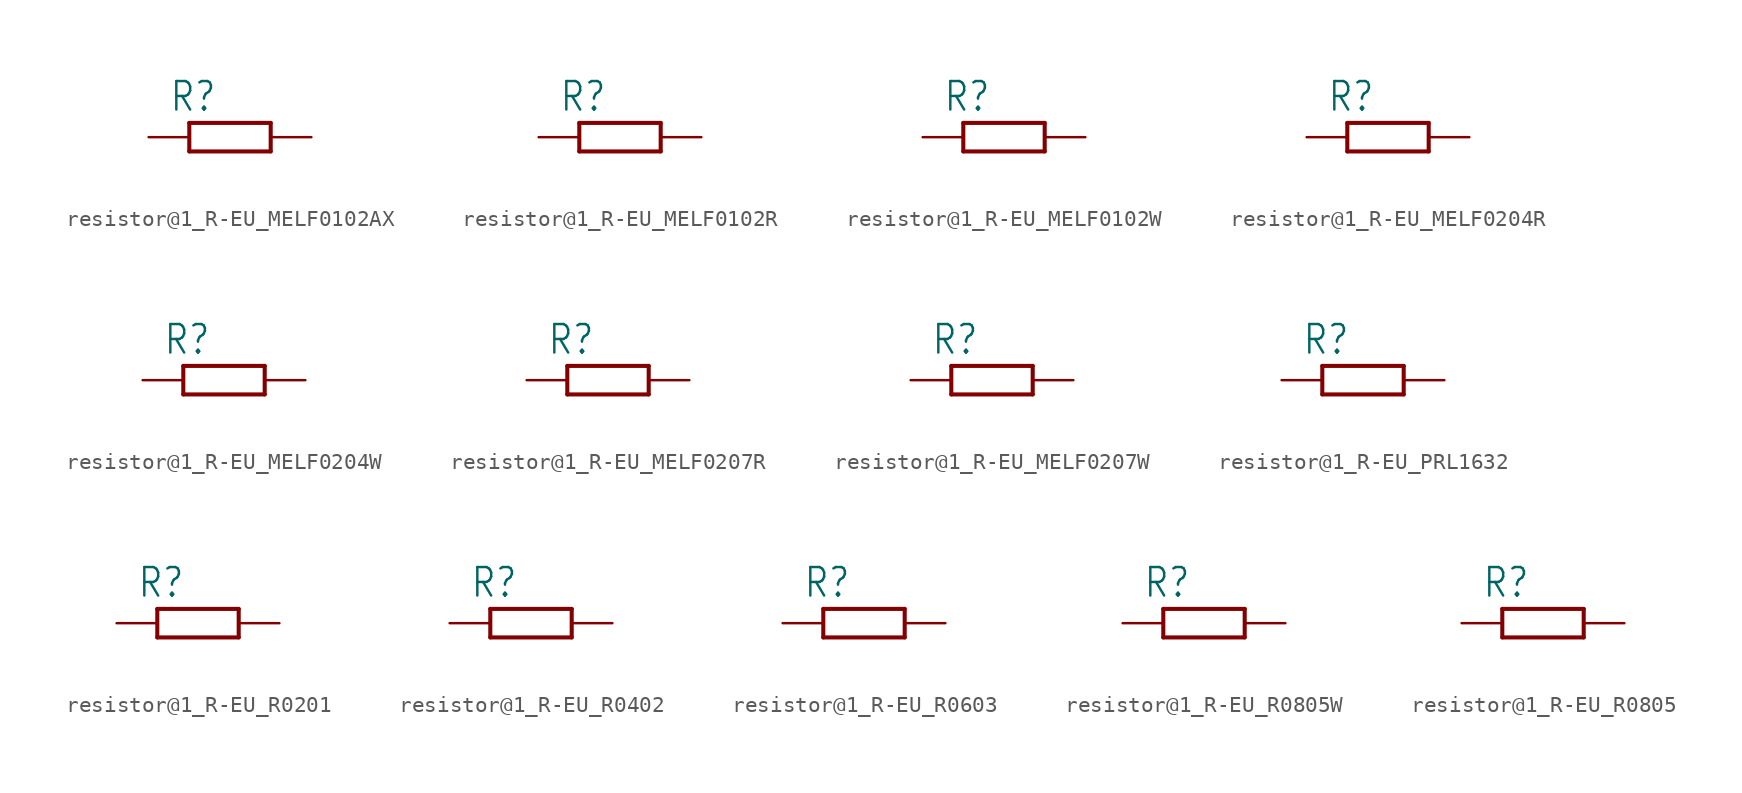
<source format=kicad_sym>
(kicad_symbol_lib
  (version 20231120)
  (generator "kicad_symbol_editor")
  (generator_version "8.0")
  (symbol "resistor@1_R-EU_MELF0102AX"
    (property "Reference" "R"
      (at -3.81 1.499 0)
      (effects (font (size 1.778 1.511)) (justify left bottom)))
    (property "Value" ""
      (at -3.81 -3.302 0)
      (effects (font (size 1.778 1.511)) (justify left bottom)))
    (property "ki_locked" ""
      (at 0 0 0)
      (effects (font (size 1.27 1.27))))
    (symbol "resistor@1_R-EU_MELF0102AX_1_0"
      (polyline (pts (xy -2.54 -0.889) (xy -2.54 0.889)) (stroke (width 0.254) (type solid)) (fill (type none)))
      (polyline (pts (xy -2.54 -0.889) (xy 2.54 -0.889)) (stroke (width 0.254) (type solid)) (fill (type none)))
      (polyline (pts (xy 2.54 -0.889) (xy 2.54 0.889)) (stroke (width 0.254) (type solid)) (fill (type none)))
      (polyline (pts (xy 2.54 0.889) (xy -2.54 0.889)) (stroke (width 0.254) (type solid)) (fill (type none)))
      (pin passive line (at -5.08 0 0) (length 2.54) (name "1" (effects (font (size 0 0)))) (number "1" (effects (font (size 0 0)))))
      (pin passive line (at 5.08 0 180) (length 2.54) (name "2" (effects (font (size 0 0)))) (number "2" (effects (font (size 0 0)))))))
  (symbol "resistor@1_R-EU_MELF0102R"
    (property "Reference" "R"
      (at -3.81 1.499 0)
      (effects (font (size 1.778 1.511)) (justify left bottom)))
    (property "Value" ""
      (at -3.81 -3.302 0)
      (effects (font (size 1.778 1.511)) (justify left bottom)))
    (property "ki_locked" ""
      (at 0 0 0)
      (effects (font (size 1.27 1.27))))
    (symbol "resistor@1_R-EU_MELF0102R_1_0"
      (polyline (pts (xy -2.54 -0.889) (xy -2.54 0.889)) (stroke (width 0.254) (type solid)) (fill (type none)))
      (polyline (pts (xy -2.54 -0.889) (xy 2.54 -0.889)) (stroke (width 0.254) (type solid)) (fill (type none)))
      (polyline (pts (xy 2.54 -0.889) (xy 2.54 0.889)) (stroke (width 0.254) (type solid)) (fill (type none)))
      (polyline (pts (xy 2.54 0.889) (xy -2.54 0.889)) (stroke (width 0.254) (type solid)) (fill (type none)))
      (pin passive line (at -5.08 0 0) (length 2.54) (name "1" (effects (font (size 0 0)))) (number "1" (effects (font (size 0 0)))))
      (pin passive line (at 5.08 0 180) (length 2.54) (name "2" (effects (font (size 0 0)))) (number "2" (effects (font (size 0 0)))))))
  (symbol "resistor@1_R-EU_MELF0102W"
    (property "Reference" "R"
      (at -3.81 1.499 0)
      (effects (font (size 1.778 1.511)) (justify left bottom)))
    (property "Value" ""
      (at -3.81 -3.302 0)
      (effects (font (size 1.778 1.511)) (justify left bottom)))
    (property "ki_locked" ""
      (at 0 0 0)
      (effects (font (size 1.27 1.27))))
    (symbol "resistor@1_R-EU_MELF0102W_1_0"
      (polyline (pts (xy -2.54 -0.889) (xy -2.54 0.889)) (stroke (width 0.254) (type solid)) (fill (type none)))
      (polyline (pts (xy -2.54 -0.889) (xy 2.54 -0.889)) (stroke (width 0.254) (type solid)) (fill (type none)))
      (polyline (pts (xy 2.54 -0.889) (xy 2.54 0.889)) (stroke (width 0.254) (type solid)) (fill (type none)))
      (polyline (pts (xy 2.54 0.889) (xy -2.54 0.889)) (stroke (width 0.254) (type solid)) (fill (type none)))
      (pin passive line (at -5.08 0 0) (length 2.54) (name "1" (effects (font (size 0 0)))) (number "1" (effects (font (size 0 0)))))
      (pin passive line (at 5.08 0 180) (length 2.54) (name "2" (effects (font (size 0 0)))) (number "2" (effects (font (size 0 0)))))))
  (symbol "resistor@1_R-EU_MELF0204R"
    (property "Reference" "R"
      (at -3.81 1.499 0)
      (effects (font (size 1.778 1.511)) (justify left bottom)))
    (property "Value" ""
      (at -3.81 -3.302 0)
      (effects (font (size 1.778 1.511)) (justify left bottom)))
    (property "ki_locked" ""
      (at 0 0 0)
      (effects (font (size 1.27 1.27))))
    (symbol "resistor@1_R-EU_MELF0204R_1_0"
      (polyline (pts (xy -2.54 -0.889) (xy -2.54 0.889)) (stroke (width 0.254) (type solid)) (fill (type none)))
      (polyline (pts (xy -2.54 -0.889) (xy 2.54 -0.889)) (stroke (width 0.254) (type solid)) (fill (type none)))
      (polyline (pts (xy 2.54 -0.889) (xy 2.54 0.889)) (stroke (width 0.254) (type solid)) (fill (type none)))
      (polyline (pts (xy 2.54 0.889) (xy -2.54 0.889)) (stroke (width 0.254) (type solid)) (fill (type none)))
      (pin passive line (at -5.08 0 0) (length 2.54) (name "1" (effects (font (size 0 0)))) (number "1" (effects (font (size 0 0)))))
      (pin passive line (at 5.08 0 180) (length 2.54) (name "2" (effects (font (size 0 0)))) (number "2" (effects (font (size 0 0)))))))
  (symbol "resistor@1_R-EU_MELF0204W"
    (property "Reference" "R"
      (at -3.81 1.499 0)
      (effects (font (size 1.778 1.511)) (justify left bottom)))
    (property "Value" ""
      (at -3.81 -3.302 0)
      (effects (font (size 1.778 1.511)) (justify left bottom)))
    (property "ki_locked" ""
      (at 0 0 0)
      (effects (font (size 1.27 1.27))))
    (symbol "resistor@1_R-EU_MELF0204W_1_0"
      (polyline (pts (xy -2.54 -0.889) (xy -2.54 0.889)) (stroke (width 0.254) (type solid)) (fill (type none)))
      (polyline (pts (xy -2.54 -0.889) (xy 2.54 -0.889)) (stroke (width 0.254) (type solid)) (fill (type none)))
      (polyline (pts (xy 2.54 -0.889) (xy 2.54 0.889)) (stroke (width 0.254) (type solid)) (fill (type none)))
      (polyline (pts (xy 2.54 0.889) (xy -2.54 0.889)) (stroke (width 0.254) (type solid)) (fill (type none)))
      (pin passive line (at -5.08 0 0) (length 2.54) (name "1" (effects (font (size 0 0)))) (number "1" (effects (font (size 0 0)))))
      (pin passive line (at 5.08 0 180) (length 2.54) (name "2" (effects (font (size 0 0)))) (number "2" (effects (font (size 0 0)))))))
  (symbol "resistor@1_R-EU_MELF0207R"
    (property "Reference" "R"
      (at -3.81 1.499 0)
      (effects (font (size 1.778 1.511)) (justify left bottom)))
    (property "Value" ""
      (at -3.81 -3.302 0)
      (effects (font (size 1.778 1.511)) (justify left bottom)))
    (property "ki_locked" ""
      (at 0 0 0)
      (effects (font (size 1.27 1.27))))
    (symbol "resistor@1_R-EU_MELF0207R_1_0"
      (polyline (pts (xy -2.54 -0.889) (xy -2.54 0.889)) (stroke (width 0.254) (type solid)) (fill (type none)))
      (polyline (pts (xy -2.54 -0.889) (xy 2.54 -0.889)) (stroke (width 0.254) (type solid)) (fill (type none)))
      (polyline (pts (xy 2.54 -0.889) (xy 2.54 0.889)) (stroke (width 0.254) (type solid)) (fill (type none)))
      (polyline (pts (xy 2.54 0.889) (xy -2.54 0.889)) (stroke (width 0.254) (type solid)) (fill (type none)))
      (pin passive line (at -5.08 0 0) (length 2.54) (name "1" (effects (font (size 0 0)))) (number "1" (effects (font (size 0 0)))))
      (pin passive line (at 5.08 0 180) (length 2.54) (name "2" (effects (font (size 0 0)))) (number "2" (effects (font (size 0 0)))))))
  (symbol "resistor@1_R-EU_MELF0207W"
    (property "Reference" "R"
      (at -3.81 1.499 0)
      (effects (font (size 1.778 1.511)) (justify left bottom)))
    (property "Value" ""
      (at -3.81 -3.302 0)
      (effects (font (size 1.778 1.511)) (justify left bottom)))
    (property "ki_locked" ""
      (at 0 0 0)
      (effects (font (size 1.27 1.27))))
    (symbol "resistor@1_R-EU_MELF0207W_1_0"
      (polyline (pts (xy -2.54 -0.889) (xy -2.54 0.889)) (stroke (width 0.254) (type solid)) (fill (type none)))
      (polyline (pts (xy -2.54 -0.889) (xy 2.54 -0.889)) (stroke (width 0.254) (type solid)) (fill (type none)))
      (polyline (pts (xy 2.54 -0.889) (xy 2.54 0.889)) (stroke (width 0.254) (type solid)) (fill (type none)))
      (polyline (pts (xy 2.54 0.889) (xy -2.54 0.889)) (stroke (width 0.254) (type solid)) (fill (type none)))
      (pin passive line (at -5.08 0 0) (length 2.54) (name "1" (effects (font (size 0 0)))) (number "1" (effects (font (size 0 0)))))
      (pin passive line (at 5.08 0 180) (length 2.54) (name "2" (effects (font (size 0 0)))) (number "2" (effects (font (size 0 0)))))))
  (symbol "resistor@1_R-EU_PRL1632"
    (property "Reference" "R"
      (at -3.81 1.499 0)
      (effects (font (size 1.778 1.511)) (justify left bottom)))
    (property "Value" ""
      (at -3.81 -3.302 0)
      (effects (font (size 1.778 1.511)) (justify left bottom)))
    (property "ki_locked" ""
      (at 0 0 0)
      (effects (font (size 1.27 1.27))))
    (symbol "resistor@1_R-EU_PRL1632_1_0"
      (polyline (pts (xy -2.54 -0.889) (xy -2.54 0.889)) (stroke (width 0.254) (type solid)) (fill (type none)))
      (polyline (pts (xy -2.54 -0.889) (xy 2.54 -0.889)) (stroke (width 0.254) (type solid)) (fill (type none)))
      (polyline (pts (xy 2.54 -0.889) (xy 2.54 0.889)) (stroke (width 0.254) (type solid)) (fill (type none)))
      (polyline (pts (xy 2.54 0.889) (xy -2.54 0.889)) (stroke (width 0.254) (type solid)) (fill (type none)))
      (pin passive line (at -5.08 0 0) (length 2.54) (name "1" (effects (font (size 0 0)))) (number "1" (effects (font (size 0 0)))))
      (pin passive line (at 5.08 0 180) (length 2.54) (name "2" (effects (font (size 0 0)))) (number "2" (effects (font (size 0 0)))))))
  (symbol "resistor@1_R-EU_R0201"
    (property "Reference" "R"
      (at -3.81 1.499 0)
      (effects (font (size 1.778 1.511)) (justify left bottom)))
    (property "Value" ""
      (at -3.81 -3.302 0)
      (effects (font (size 1.778 1.511)) (justify left bottom)))
    (property "ki_locked" ""
      (at 0 0 0)
      (effects (font (size 1.27 1.27))))
    (symbol "resistor@1_R-EU_R0201_1_0"
      (polyline (pts (xy -2.54 -0.889) (xy -2.54 0.889)) (stroke (width 0.254) (type solid)) (fill (type none)))
      (polyline (pts (xy -2.54 -0.889) (xy 2.54 -0.889)) (stroke (width 0.254) (type solid)) (fill (type none)))
      (polyline (pts (xy 2.54 -0.889) (xy 2.54 0.889)) (stroke (width 0.254) (type solid)) (fill (type none)))
      (polyline (pts (xy 2.54 0.889) (xy -2.54 0.889)) (stroke (width 0.254) (type solid)) (fill (type none)))
      (pin passive line (at -5.08 0 0) (length 2.54) (name "1" (effects (font (size 0 0)))) (number "1" (effects (font (size 0 0)))))
      (pin passive line (at 5.08 0 180) (length 2.54) (name "2" (effects (font (size 0 0)))) (number "2" (effects (font (size 0 0)))))))
  (symbol "resistor@1_R-EU_R0402"
    (property "Reference" "R"
      (at -3.81 1.499 0)
      (effects (font (size 1.778 1.511)) (justify left bottom)))
    (property "Value" ""
      (at -3.81 -3.302 0)
      (effects (font (size 1.778 1.511)) (justify left bottom)))
    (property "ki_locked" ""
      (at 0 0 0)
      (effects (font (size 1.27 1.27))))
    (symbol "resistor@1_R-EU_R0402_1_0"
      (polyline (pts (xy -2.54 -0.889) (xy -2.54 0.889)) (stroke (width 0.254) (type solid)) (fill (type none)))
      (polyline (pts (xy -2.54 -0.889) (xy 2.54 -0.889)) (stroke (width 0.254) (type solid)) (fill (type none)))
      (polyline (pts (xy 2.54 -0.889) (xy 2.54 0.889)) (stroke (width 0.254) (type solid)) (fill (type none)))
      (polyline (pts (xy 2.54 0.889) (xy -2.54 0.889)) (stroke (width 0.254) (type solid)) (fill (type none)))
      (pin passive line (at -5.08 0 0) (length 2.54) (name "1" (effects (font (size 0 0)))) (number "1" (effects (font (size 0 0)))))
      (pin passive line (at 5.08 0 180) (length 2.54) (name "2" (effects (font (size 0 0)))) (number "2" (effects (font (size 0 0)))))))
  (symbol "resistor@1_R-EU_R0603"
    (property "Reference" "R"
      (at -3.81 1.499 0)
      (effects (font (size 1.778 1.511)) (justify left bottom)))
    (property "Value" ""
      (at -3.81 -3.302 0)
      (effects (font (size 1.778 1.511)) (justify left bottom)))
    (property "ki_locked" ""
      (at 0 0 0)
      (effects (font (size 1.27 1.27))))
    (symbol "resistor@1_R-EU_R0603_1_0"
      (polyline (pts (xy -2.54 -0.889) (xy -2.54 0.889)) (stroke (width 0.254) (type solid)) (fill (type none)))
      (polyline (pts (xy -2.54 -0.889) (xy 2.54 -0.889)) (stroke (width 0.254) (type solid)) (fill (type none)))
      (polyline (pts (xy 2.54 -0.889) (xy 2.54 0.889)) (stroke (width 0.254) (type solid)) (fill (type none)))
      (polyline (pts (xy 2.54 0.889) (xy -2.54 0.889)) (stroke (width 0.254) (type solid)) (fill (type none)))
      (pin passive line (at -5.08 0 0) (length 2.54) (name "1" (effects (font (size 0 0)))) (number "1" (effects (font (size 0 0)))))
      (pin passive line (at 5.08 0 180) (length 2.54) (name "2" (effects (font (size 0 0)))) (number "2" (effects (font (size 0 0)))))))
  (symbol "resistor@1_R-EU_R0805W"
    (property "Reference" "R"
      (at -3.81 1.499 0)
      (effects (font (size 1.778 1.511)) (justify left bottom)))
    (property "Value" ""
      (at -3.81 -3.302 0)
      (effects (font (size 1.778 1.511)) (justify left bottom)))
    (property "ki_locked" ""
      (at 0 0 0)
      (effects (font (size 1.27 1.27))))
    (symbol "resistor@1_R-EU_R0805W_1_0"
      (polyline (pts (xy -2.54 -0.889) (xy -2.54 0.889)) (stroke (width 0.254) (type solid)) (fill (type none)))
      (polyline (pts (xy -2.54 -0.889) (xy 2.54 -0.889)) (stroke (width 0.254) (type solid)) (fill (type none)))
      (polyline (pts (xy 2.54 -0.889) (xy 2.54 0.889)) (stroke (width 0.254) (type solid)) (fill (type none)))
      (polyline (pts (xy 2.54 0.889) (xy -2.54 0.889)) (stroke (width 0.254) (type solid)) (fill (type none)))
      (pin passive line (at -5.08 0 0) (length 2.54) (name "1" (effects (font (size 0 0)))) (number "1" (effects (font (size 0 0)))))
      (pin passive line (at 5.08 0 180) (length 2.54) (name "2" (effects (font (size 0 0)))) (number "2" (effects (font (size 0 0)))))))
  (symbol "resistor@1_R-EU_R0805"
    (property "Reference" "R"
      (at -3.81 1.499 0)
      (effects (font (size 1.778 1.511)) (justify left bottom)))
    (property "Value" ""
      (at -3.81 -3.302 0)
      (effects (font (size 1.778 1.511)) (justify left bottom)))
    (property "ki_locked" ""
      (at 0 0 0)
      (effects (font (size 1.27 1.27))))
    (symbol "resistor@1_R-EU_R0805_1_0"
      (polyline (pts (xy -2.54 -0.889) (xy -2.54 0.889)) (stroke (width 0.254) (type solid)) (fill (type none)))
      (polyline (pts (xy -2.54 -0.889) (xy 2.54 -0.889)) (stroke (width 0.254) (type solid)) (fill (type none)))
      (polyline (pts (xy 2.54 -0.889) (xy 2.54 0.889)) (stroke (width 0.254) (type solid)) (fill (type none)))
      (polyline (pts (xy 2.54 0.889) (xy -2.54 0.889)) (stroke (width 0.254) (type solid)) (fill (type none)))
      (pin passive line (at -5.08 0 0) (length 2.54) (name "1" (effects (font (size 0 0)))) (number "1" (effects (font (size 0 0)))))
      (pin passive line (at 5.08 0 180) (length 2.54) (name "2" (effects (font (size 0 0)))) (number "2" (effects (font (size 0 0))))))))
</source>
